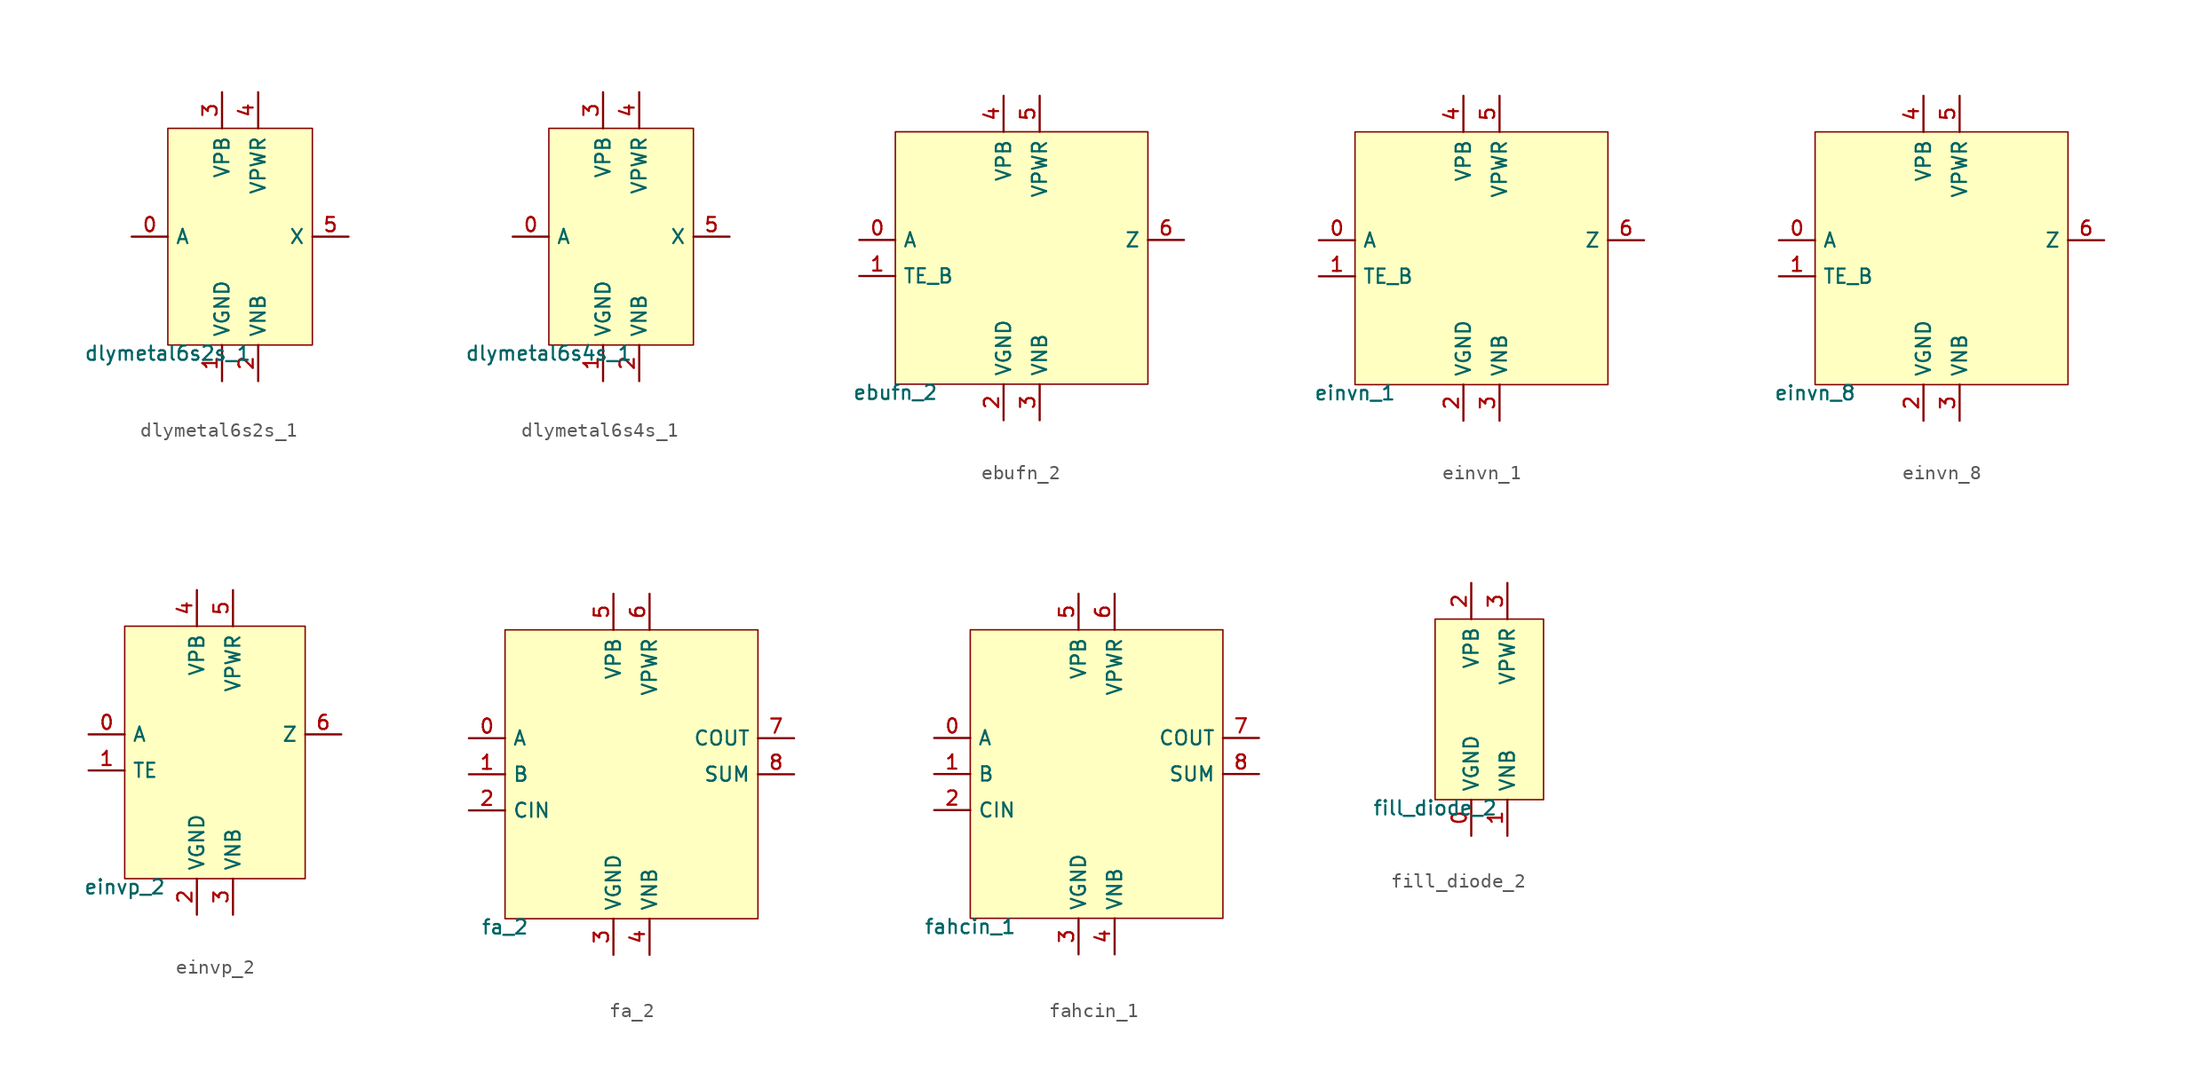
<source format=kicad_sym>
(kicad_symbol_lib
  (version 20211014)
  (generator lef2kicad_sym)
  (symbol "dlymetal6s2s_1"
    (property "Reference" "CELL"
      (at 0 0 0)
      (effects (font (size 1 1)) hide))
    (property "Value" "dlymetal6s2s_1"
      (at -5.08 -7.62 0)
      (effects (font (size 1 1)) (justify top)))
    (rectangle
      (start -5.08 -7.62)
      (end 5.08 7.62)
      (stroke (width 0.1) (type solid) (color 0 0 0 0))
      (fill (type background)))
    (pin input line
      (at -7.62 0.0 0)
      (length 2.54)
      (name "A" (effects (font (size 1 1)) hide))
      (number "0" (effects (font (size 1 1)) hide)))
    (pin power_in line
      (at -1.27 -10.16 90)
      (length 2.54)
      (name "VGND" (effects (font (size 1 1)) hide))
      (number "1" (effects (font (size 1 1)) hide)))
    (pin power_in line
      (at 1.27 -10.16 90)
      (length 2.54)
      (name "VNB" (effects (font (size 1 1)) hide))
      (number "2" (effects (font (size 1 1)) hide)))
    (pin power_in line
      (at -1.27 10.16 270)
      (length 2.54)
      (name "VPB" (effects (font (size 1 1)) hide))
      (number "3" (effects (font (size 1 1)) hide)))
    (pin power_in line
      (at 1.27 10.16 270)
      (length 2.54)
      (name "VPWR" (effects (font (size 1 1)) hide))
      (number "4" (effects (font (size 1 1)) hide)))
    (pin output line
      (at 7.62 0.0 180)
      (length 2.54)
      (name "X" (effects (font (size 1 1)) hide))
      (number "5" (effects (font (size 1 1)) hide))))
  (symbol "dlymetal6s4s_1"
    (property "Reference" "CELL"
      (at 0 0 0)
      (effects (font (size 1 1)) hide))
    (property "Value" "dlymetal6s4s_1"
      (at -5.08 -7.62 0)
      (effects (font (size 1 1)) (justify top)))
    (rectangle
      (start -5.08 -7.62)
      (end 5.08 7.62)
      (stroke (width 0.1) (type solid) (color 0 0 0 0))
      (fill (type background)))
    (pin input line
      (at -7.62 0.0 0)
      (length 2.54)
      (name "A" (effects (font (size 1 1)) hide))
      (number "0" (effects (font (size 1 1)) hide)))
    (pin power_in line
      (at -1.27 -10.16 90)
      (length 2.54)
      (name "VGND" (effects (font (size 1 1)) hide))
      (number "1" (effects (font (size 1 1)) hide)))
    (pin power_in line
      (at 1.27 -10.16 90)
      (length 2.54)
      (name "VNB" (effects (font (size 1 1)) hide))
      (number "2" (effects (font (size 1 1)) hide)))
    (pin power_in line
      (at -1.27 10.16 270)
      (length 2.54)
      (name "VPB" (effects (font (size 1 1)) hide))
      (number "3" (effects (font (size 1 1)) hide)))
    (pin power_in line
      (at 1.27 10.16 270)
      (length 2.54)
      (name "VPWR" (effects (font (size 1 1)) hide))
      (number "4" (effects (font (size 1 1)) hide)))
    (pin output line
      (at 7.62 0.0 180)
      (length 2.54)
      (name "X" (effects (font (size 1 1)) hide))
      (number "5" (effects (font (size 1 1)) hide))))
  (symbol "ebufn_2"
    (property "Reference" "CELL"
      (at 0 0 0)
      (effects (font (size 1 1)) hide))
    (property "Value" "ebufn_2"
      (at -8.89 -8.89 0)
      (effects (font (size 1 1)) (justify top)))
    (rectangle
      (start -8.89 -8.89)
      (end 8.89 8.89)
      (stroke (width 0.1) (type solid) (color 0 0 0 0))
      (fill (type background)))
    (pin input line
      (at -11.43 1.27 0)
      (length 2.54)
      (name "A" (effects (font (size 1 1)) hide))
      (number "0" (effects (font (size 1 1)) hide)))
    (pin input line
      (at -11.43 -1.27 0)
      (length 2.54)
      (name "TE_B" (effects (font (size 1 1)) hide))
      (number "1" (effects (font (size 1 1)) hide)))
    (pin power_in line
      (at -1.27 -11.43 90)
      (length 2.54)
      (name "VGND" (effects (font (size 1 1)) hide))
      (number "2" (effects (font (size 1 1)) hide)))
    (pin power_in line
      (at 1.27 -11.43 90)
      (length 2.54)
      (name "VNB" (effects (font (size 1 1)) hide))
      (number "3" (effects (font (size 1 1)) hide)))
    (pin power_in line
      (at -1.27 11.43 270)
      (length 2.54)
      (name "VPB" (effects (font (size 1 1)) hide))
      (number "4" (effects (font (size 1 1)) hide)))
    (pin power_in line
      (at 1.27 11.43 270)
      (length 2.54)
      (name "VPWR" (effects (font (size 1 1)) hide))
      (number "5" (effects (font (size 1 1)) hide)))
    (pin output line
      (at 11.43 1.27 180)
      (length 2.54)
      (name "Z" (effects (font (size 1 1)) hide))
      (number "6" (effects (font (size 1 1)) hide))))
  (symbol "einvn_1"
    (property "Reference" "CELL"
      (at 0 0 0)
      (effects (font (size 1 1)) hide))
    (property "Value" "einvn_1"
      (at -8.89 -8.89 0)
      (effects (font (size 1 1)) (justify top)))
    (rectangle
      (start -8.89 -8.89)
      (end 8.89 8.89)
      (stroke (width 0.1) (type solid) (color 0 0 0 0))
      (fill (type background)))
    (pin input line
      (at -11.43 1.27 0)
      (length 2.54)
      (name "A" (effects (font (size 1 1)) hide))
      (number "0" (effects (font (size 1 1)) hide)))
    (pin input line
      (at -11.43 -1.27 0)
      (length 2.54)
      (name "TE_B" (effects (font (size 1 1)) hide))
      (number "1" (effects (font (size 1 1)) hide)))
    (pin power_in line
      (at -1.27 -11.43 90)
      (length 2.54)
      (name "VGND" (effects (font (size 1 1)) hide))
      (number "2" (effects (font (size 1 1)) hide)))
    (pin power_in line
      (at 1.27 -11.43 90)
      (length 2.54)
      (name "VNB" (effects (font (size 1 1)) hide))
      (number "3" (effects (font (size 1 1)) hide)))
    (pin power_in line
      (at -1.27 11.43 270)
      (length 2.54)
      (name "VPB" (effects (font (size 1 1)) hide))
      (number "4" (effects (font (size 1 1)) hide)))
    (pin power_in line
      (at 1.27 11.43 270)
      (length 2.54)
      (name "VPWR" (effects (font (size 1 1)) hide))
      (number "5" (effects (font (size 1 1)) hide)))
    (pin output line
      (at 11.43 1.27 180)
      (length 2.54)
      (name "Z" (effects (font (size 1 1)) hide))
      (number "6" (effects (font (size 1 1)) hide))))
  (symbol "einvn_8"
    (property "Reference" "CELL"
      (at 0 0 0)
      (effects (font (size 1 1)) hide))
    (property "Value" "einvn_8"
      (at -8.89 -8.89 0)
      (effects (font (size 1 1)) (justify top)))
    (rectangle
      (start -8.89 -8.89)
      (end 8.89 8.89)
      (stroke (width 0.1) (type solid) (color 0 0 0 0))
      (fill (type background)))
    (pin input line
      (at -11.43 1.27 0)
      (length 2.54)
      (name "A" (effects (font (size 1 1)) hide))
      (number "0" (effects (font (size 1 1)) hide)))
    (pin input line
      (at -11.43 -1.27 0)
      (length 2.54)
      (name "TE_B" (effects (font (size 1 1)) hide))
      (number "1" (effects (font (size 1 1)) hide)))
    (pin power_in line
      (at -1.27 -11.43 90)
      (length 2.54)
      (name "VGND" (effects (font (size 1 1)) hide))
      (number "2" (effects (font (size 1 1)) hide)))
    (pin power_in line
      (at 1.27 -11.43 90)
      (length 2.54)
      (name "VNB" (effects (font (size 1 1)) hide))
      (number "3" (effects (font (size 1 1)) hide)))
    (pin power_in line
      (at -1.27 11.43 270)
      (length 2.54)
      (name "VPB" (effects (font (size 1 1)) hide))
      (number "4" (effects (font (size 1 1)) hide)))
    (pin power_in line
      (at 1.27 11.43 270)
      (length 2.54)
      (name "VPWR" (effects (font (size 1 1)) hide))
      (number "5" (effects (font (size 1 1)) hide)))
    (pin output line
      (at 11.43 1.27 180)
      (length 2.54)
      (name "Z" (effects (font (size 1 1)) hide))
      (number "6" (effects (font (size 1 1)) hide))))
  (symbol "einvp_2"
    (property "Reference" "CELL"
      (at 0 0 0)
      (effects (font (size 1 1)) hide))
    (property "Value" "einvp_2"
      (at -6.35 -8.89 0)
      (effects (font (size 1 1)) (justify top)))
    (rectangle
      (start -6.35 -8.89)
      (end 6.35 8.89)
      (stroke (width 0.1) (type solid) (color 0 0 0 0))
      (fill (type background)))
    (pin input line
      (at -8.89 1.27 0)
      (length 2.54)
      (name "A" (effects (font (size 1 1)) hide))
      (number "0" (effects (font (size 1 1)) hide)))
    (pin input line
      (at -8.89 -1.27 0)
      (length 2.54)
      (name "TE" (effects (font (size 1 1)) hide))
      (number "1" (effects (font (size 1 1)) hide)))
    (pin power_in line
      (at -1.27 -11.43 90)
      (length 2.54)
      (name "VGND" (effects (font (size 1 1)) hide))
      (number "2" (effects (font (size 1 1)) hide)))
    (pin power_in line
      (at 1.27 -11.43 90)
      (length 2.54)
      (name "VNB" (effects (font (size 1 1)) hide))
      (number "3" (effects (font (size 1 1)) hide)))
    (pin power_in line
      (at -1.27 11.43 270)
      (length 2.54)
      (name "VPB" (effects (font (size 1 1)) hide))
      (number "4" (effects (font (size 1 1)) hide)))
    (pin power_in line
      (at 1.27 11.43 270)
      (length 2.54)
      (name "VPWR" (effects (font (size 1 1)) hide))
      (number "5" (effects (font (size 1 1)) hide)))
    (pin output line
      (at 8.89 1.27 180)
      (length 2.54)
      (name "Z" (effects (font (size 1 1)) hide))
      (number "6" (effects (font (size 1 1)) hide))))
  (symbol "fa_2"
    (property "Reference" "CELL"
      (at 0 0 0)
      (effects (font (size 1 1)) hide))
    (property "Value" "fa_2"
      (at -8.89 -10.16 0)
      (effects (font (size 1 1)) (justify top)))
    (rectangle
      (start -8.89 -10.16)
      (end 8.89 10.16)
      (stroke (width 0.1) (type solid) (color 0 0 0 0))
      (fill (type background)))
    (pin input line
      (at -11.43 2.54 0)
      (length 2.54)
      (name "A" (effects (font (size 1 1)) hide))
      (number "0" (effects (font (size 1 1)) hide)))
    (pin input line
      (at -11.43 0.0 0)
      (length 2.54)
      (name "B" (effects (font (size 1 1)) hide))
      (number "1" (effects (font (size 1 1)) hide)))
    (pin input line
      (at -11.43 -2.54 0)
      (length 2.54)
      (name "CIN" (effects (font (size 1 1)) hide))
      (number "2" (effects (font (size 1 1)) hide)))
    (pin power_in line
      (at -1.27 -12.7 90)
      (length 2.54)
      (name "VGND" (effects (font (size 1 1)) hide))
      (number "3" (effects (font (size 1 1)) hide)))
    (pin power_in line
      (at 1.27 -12.7 90)
      (length 2.54)
      (name "VNB" (effects (font (size 1 1)) hide))
      (number "4" (effects (font (size 1 1)) hide)))
    (pin power_in line
      (at -1.27 12.7 270)
      (length 2.54)
      (name "VPB" (effects (font (size 1 1)) hide))
      (number "5" (effects (font (size 1 1)) hide)))
    (pin power_in line
      (at 1.27 12.7 270)
      (length 2.54)
      (name "VPWR" (effects (font (size 1 1)) hide))
      (number "6" (effects (font (size 1 1)) hide)))
    (pin output line
      (at 11.43 2.54 180)
      (length 2.54)
      (name "COUT" (effects (font (size 1 1)) hide))
      (number "7" (effects (font (size 1 1)) hide)))
    (pin output line
      (at 11.43 0.0 180)
      (length 2.54)
      (name "SUM" (effects (font (size 1 1)) hide))
      (number "8" (effects (font (size 1 1)) hide))))
  (symbol "fahcin_1"
    (property "Reference" "CELL"
      (at 0 0 0)
      (effects (font (size 1 1)) hide))
    (property "Value" "fahcin_1"
      (at -8.89 -10.16 0)
      (effects (font (size 1 1)) (justify top)))
    (rectangle
      (start -8.89 -10.16)
      (end 8.89 10.16)
      (stroke (width 0.1) (type solid) (color 0 0 0 0))
      (fill (type background)))
    (pin input line
      (at -11.43 2.54 0)
      (length 2.54)
      (name "A" (effects (font (size 1 1)) hide))
      (number "0" (effects (font (size 1 1)) hide)))
    (pin input line
      (at -11.43 0.0 0)
      (length 2.54)
      (name "B" (effects (font (size 1 1)) hide))
      (number "1" (effects (font (size 1 1)) hide)))
    (pin input line
      (at -11.43 -2.54 0)
      (length 2.54)
      (name "CIN" (effects (font (size 1 1)) hide))
      (number "2" (effects (font (size 1 1)) hide)))
    (pin power_in line
      (at -1.27 -12.7 90)
      (length 2.54)
      (name "VGND" (effects (font (size 1 1)) hide))
      (number "3" (effects (font (size 1 1)) hide)))
    (pin power_in line
      (at 1.27 -12.7 90)
      (length 2.54)
      (name "VNB" (effects (font (size 1 1)) hide))
      (number "4" (effects (font (size 1 1)) hide)))
    (pin power_in line
      (at -1.27 12.7 270)
      (length 2.54)
      (name "VPB" (effects (font (size 1 1)) hide))
      (number "5" (effects (font (size 1 1)) hide)))
    (pin power_in line
      (at 1.27 12.7 270)
      (length 2.54)
      (name "VPWR" (effects (font (size 1 1)) hide))
      (number "6" (effects (font (size 1 1)) hide)))
    (pin output line
      (at 11.43 2.54 180)
      (length 2.54)
      (name "COUT" (effects (font (size 1 1)) hide))
      (number "7" (effects (font (size 1 1)) hide)))
    (pin output line
      (at 11.43 0.0 180)
      (length 2.54)
      (name "SUM" (effects (font (size 1 1)) hide))
      (number "8" (effects (font (size 1 1)) hide))))
  (symbol "fill_diode_2"
    (property "Reference" "CELL"
      (at 0 0 0)
      (effects (font (size 1 1)) hide))
    (property "Value" "fill_diode_2"
      (at -3.81 -6.35 0)
      (effects (font (size 1 1)) (justify top)))
    (rectangle
      (start -3.81 -6.35)
      (end 3.81 6.35)
      (stroke (width 0.1) (type solid) (color 0 0 0 0))
      (fill (type background)))
    (pin power_in line
      (at -1.27 -8.89 90)
      (length 2.54)
      (name "VGND" (effects (font (size 1 1)) hide))
      (number "0" (effects (font (size 1 1)) hide)))
    (pin power_in line
      (at 1.27 -8.89 90)
      (length 2.54)
      (name "VNB" (effects (font (size 1 1)) hide))
      (number "1" (effects (font (size 1 1)) hide)))
    (pin power_in line
      (at -1.27 8.89 270)
      (length 2.54)
      (name "VPB" (effects (font (size 1 1)) hide))
      (number "2" (effects (font (size 1 1)) hide)))
    (pin power_in line
      (at 1.27 8.89 270)
      (length 2.54)
      (name "VPWR" (effects (font (size 1 1)) hide))
      (number "3" (effects (font (size 1 1)) hide)))))
</source>
